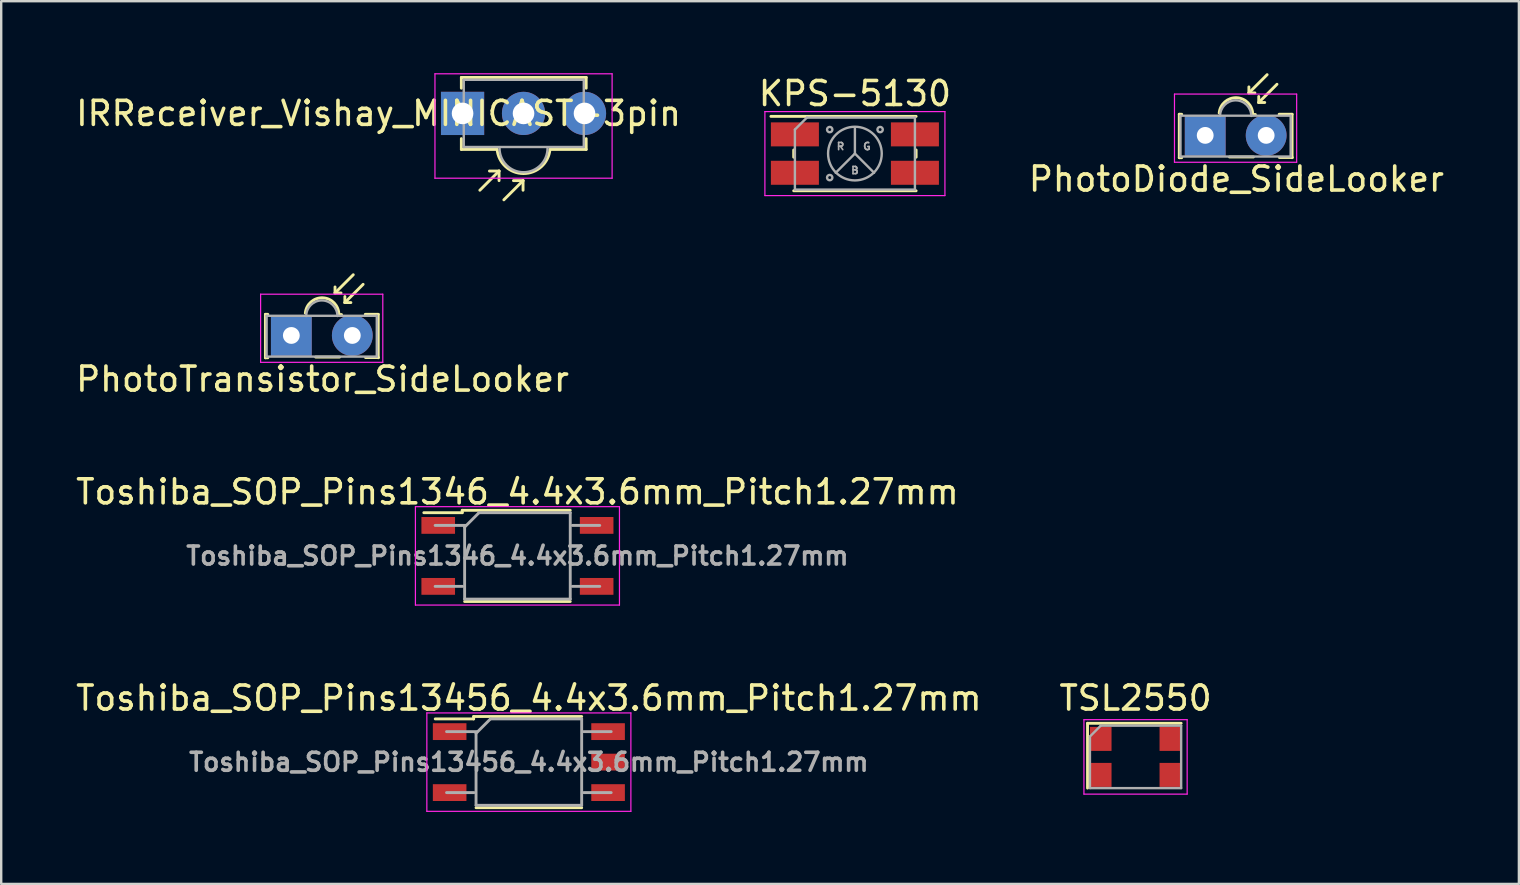
<source format=kicad_pcb>
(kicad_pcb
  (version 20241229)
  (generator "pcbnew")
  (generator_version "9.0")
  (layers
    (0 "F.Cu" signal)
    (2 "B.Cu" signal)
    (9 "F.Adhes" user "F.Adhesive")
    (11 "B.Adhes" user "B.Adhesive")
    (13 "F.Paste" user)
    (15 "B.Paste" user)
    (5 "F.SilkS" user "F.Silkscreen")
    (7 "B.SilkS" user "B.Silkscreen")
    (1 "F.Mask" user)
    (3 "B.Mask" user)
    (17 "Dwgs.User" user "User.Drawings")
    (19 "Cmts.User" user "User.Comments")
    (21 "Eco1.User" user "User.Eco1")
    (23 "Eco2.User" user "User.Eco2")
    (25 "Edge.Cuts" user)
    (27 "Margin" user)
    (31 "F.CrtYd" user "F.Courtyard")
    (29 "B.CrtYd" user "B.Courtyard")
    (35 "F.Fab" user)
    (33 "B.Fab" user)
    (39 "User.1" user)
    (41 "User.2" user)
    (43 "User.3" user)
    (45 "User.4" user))
  (footprint "KPS-5130"
    (layer "F.Cu")
    (at 32.565 3.348)
    (property "Reference" "KPS-5130" (at 0 -2.5 0) (layer "F.SilkS") (effects (font (size 1 1) (thickness 0.15))))
    (attr smd)
    (fp_line (start -3.5 -1.55) (end 2.55 -1.55) (stroke (width 0.12) (type solid)) (layer "F.SilkS"))
    (fp_line (start -2.55 0.15) (end -2.55 -0.15) (stroke (width 0.12) (type solid)) (layer "F.SilkS"))
    (fp_line (start 2.55 -0.15) (end 2.55 0.15) (stroke (width 0.12) (type solid)) (layer "F.SilkS"))
    (fp_line (start 2.55 1.55) (end -2.55 1.55) (stroke (width 0.12) (type solid)) (layer "F.SilkS"))
    (fp_line (start -3.75 -1.75) (end -3.75 1.75) (stroke (width 0.05) (type solid)) (layer "F.CrtYd"))
    (fp_line (start -3.75 -1.75) (end 3.75 -1.75) (stroke (width 0.05) (type solid)) (layer "F.CrtYd"))
    (fp_line (start 3.75 1.75) (end -3.75 1.75) (stroke (width 0.05) (type solid)) (layer "F.CrtYd"))
    (fp_line (start 3.75 1.75) (end 3.75 -1.75) (stroke (width 0.05) (type solid)) (layer "F.CrtYd"))
    (fp_line (start -2.5 -1) (end -2.5 1.5) (stroke (width 0.1) (type solid)) (layer "F.Fab"))
    (fp_line (start -2.5 1.5) (end 2.5 1.5) (stroke (width 0.1) (type solid)) (layer "F.Fab"))
    (fp_line (start -2 -1.5) (end -2.5 -1) (stroke (width 0.1) (type solid)) (layer "F.Fab"))
    (fp_line (start 0 0) (end -0.8 0.8) (stroke (width 0.1) (type solid)) (layer "F.Fab"))
    (fp_line (start 0 0) (end 0 -1.1) (stroke (width 0.1) (type solid)) (layer "F.Fab"))
    (fp_line (start 0 0) (end 0.8 0.8) (stroke (width 0.1) (type solid)) (layer "F.Fab"))
    (fp_line (start 2.5 -1.5) (end -2 -1.5) (stroke (width 0.1) (type solid)) (layer "F.Fab"))
    (fp_line (start 2.5 1.5) (end 2.5 -1.5) (stroke (width 0.1) (type solid)) (layer "F.Fab"))
    (fp_circle (center -1.05 -1) (end -1 -0.9) (stroke (width 0.1) (type solid)) (fill no) (layer "F.Fab"))
    (fp_circle (center -1.05 1) (end -1 1.1) (stroke (width 0.1) (type solid)) (fill no) (layer "F.Fab"))
    (fp_circle (center 0 0) (end 1 0.5) (stroke (width 0.1) (type solid)) (fill no) (layer "F.Fab"))
    (fp_circle (center 1.05 -1) (end 1.1 -0.9) (stroke (width 0.1) (type solid)) (fill no) (layer "F.Fab"))
    (fp_text user "R" (at -0.6 -0.3 0) (layer "F.Fab") (effects (font (size 0.3 0.3) (thickness 0.07))))
    (fp_text user "B" (at 0 0.7 0) (layer "F.Fab") (effects (font (size 0.3 0.3) (thickness 0.07))))
    (fp_text user "G" (at 0.5 -0.3 0) (layer "F.Fab") (effects (font (size 0.3 0.3) (thickness 0.07))))
    (pad "1" smd rect (at -2.5 -0.8) (size 2 1) (layers "F.Cu" "F.Mask" "F.Paste"))
    (pad "2" smd rect (at 2.5 -0.8) (size 2 1) (layers "F.Cu" "F.Mask" "F.Paste"))
    (pad "3" smd rect (at -2.5 0.8) (size 2 1) (layers "F.Cu" "F.Mask" "F.Paste"))
    (pad "4" smd rect (at 2.5 0.8) (size 2 1) (layers "F.Cu" "F.Mask" "F.Paste")))
  (footprint "PhotoDiode_SideLooker"
    (layer "F.Cu")
    (at 47.158 2.59)
    (property "Reference" "PhotoDiode_SideLooker" (at 1.3 1.82 0) (layer "F.SilkS") (effects (font (size 1 1) (thickness 0.15))))
    (attr through_hole)
    (fp_line (start -1.08 -0.88) (end -1.08 0.93) (stroke (width 0.12) (type solid)) (layer "F.SilkS"))
    (fp_line (start -0.98 -0.88) (end -1.08 -0.88) (stroke (width 0.12) (type solid)) (layer "F.SilkS"))
    (fp_line (start -0.98 0.93) (end -1.08 0.93) (stroke (width 0.12) (type solid)) (layer "F.SilkS"))
    (fp_line (start 1.01 0.9) (end 2.01 0.9) (stroke (width 0.12) (type solid)) (layer "F.SilkS"))
    (fp_line (start 1.82 -1.77) (end 1.82 -2.02) (stroke (width 0.12) (type solid)) (layer "F.SilkS"))
    (fp_line (start 1.82 -1.77) (end 2.07 -1.77) (stroke (width 0.12) (type solid)) (layer "F.SilkS"))
    (fp_line (start 2.09 -0.87) (end 1.98 -0.87) (stroke (width 0.12) (type solid)) (layer "F.SilkS"))
    (fp_line (start 2.23 -1.37) (end 2.23 -1.62) (stroke (width 0.12) (type solid)) (layer "F.SilkS"))
    (fp_line (start 2.23 -1.37) (end 2.48 -1.37) (stroke (width 0.12) (type solid)) (layer "F.SilkS"))
    (fp_line (start 2.58 -2.53) (end 1.82 -1.77) (stroke (width 0.12) (type solid)) (layer "F.SilkS"))
    (fp_line (start 2.99 -2.13) (end 2.23 -1.37) (stroke (width 0.12) (type solid)) (layer "F.SilkS"))
    (fp_line (start 3.09 0.92) (end 3.63 0.92) (stroke (width 0.12) (type solid)) (layer "F.SilkS"))
    (fp_line (start 3.62 -0.88) (end 3.08 -0.88) (stroke (width 0.12) (type solid)) (layer "F.SilkS"))
    (fp_line (start 3.62 0.93) (end 3.62 -0.88) (stroke (width 0.12) (type solid)) (layer "F.SilkS"))
    (fp_arc (start 0.582664 -0.931009) (mid 1.310534 -1.569333) (end 1.98 -0.87) (stroke (width 0.12) (type solid)) (layer "F.SilkS"))
    (fp_line (start -1.28 -1.72) (end -1.28 1.12) (stroke (width 0.05) (type solid)) (layer "F.CrtYd"))
    (fp_line (start -1.28 -1.72) (end 3.81 -1.72) (stroke (width 0.05) (type solid)) (layer "F.CrtYd"))
    (fp_line (start 3.81 1.12) (end -1.28 1.12) (stroke (width 0.05) (type solid)) (layer "F.CrtYd"))
    (fp_line (start 3.81 1.12) (end 3.81 -1.72) (stroke (width 0.05) (type solid)) (layer "F.CrtYd"))
    (fp_line (start -1.03 -0.82) (end -1.03 0.88) (stroke (width 0.1) (type solid)) (layer "F.Fab"))
    (fp_line (start -1.03 0.88) (end 3.56 0.88) (stroke (width 0.1) (type solid)) (layer "F.Fab"))
    (fp_line (start 3.56 -0.82) (end -1.03 -0.82) (stroke (width 0.1) (type solid)) (layer "F.Fab"))
    (fp_line (start 3.56 0.88) (end 3.56 -0.82) (stroke (width 0.1) (type solid)) (layer "F.Fab"))
    (fp_arc (start 0.62 -0.81) (mid 1.27 -1.46) (end 1.92 -0.81) (stroke (width 0.1) (type solid)) (layer "F.Fab"))
    (pad "1" thru_hole rect (at 0 0 180) (size 1.7 1.7) (drill 0.7) (layers "*.Cu" "*.Mask"))
    (pad "2" thru_hole circle (at 2.54 0 180) (size 1.7 1.7) (drill 0.7) (layers "*.Cu" "*.Mask")))
  (footprint "Toshiba_SOP_Pins1346_4.4x3.6mm_Pitch1.27mm"
    (layer "F.Cu")
    (at 18.506 20.108)
    (property "Reference" "Toshiba_SOP_Pins1346_4.4x3.6mm_Pitch1.27mm" (at 0 -2.667 0) (layer "F.SilkS") (effects (font (size 1 1) (thickness 0.15))))
    (attr smd)
    (fp_line (start -2.3 -1.9) (end 2.2 -1.9) (stroke (width 0.12) (type solid)) (layer "F.SilkS"))
    (fp_line (start -2.3 -1.8) (end -3.9 -1.8) (stroke (width 0.12) (type solid)) (layer "F.SilkS"))
    (fp_line (start -2.3 -1.8) (end -2.3 -1.9) (stroke (width 0.12) (type solid)) (layer "F.SilkS"))
    (fp_line (start 2.2 1.9) (end -2.2 1.9) (stroke (width 0.12) (type solid)) (layer "F.SilkS"))
    (fp_line (start -4.25 -2.05) (end -4.25 2.05) (stroke (width 0.05) (type solid)) (layer "F.CrtYd"))
    (fp_line (start -4.25 -2.05) (end 4.25 -2.05) (stroke (width 0.05) (type solid)) (layer "F.CrtYd"))
    (fp_line (start 4.25 2.05) (end -4.25 2.05) (stroke (width 0.05) (type solid)) (layer "F.CrtYd"))
    (fp_line (start 4.25 2.05) (end 4.25 -2.05) (stroke (width 0.05) (type solid)) (layer "F.CrtYd"))
    (fp_line (start -3.429 -1.27) (end -2.159 -1.27) (stroke (width 0.12) (type solid)) (layer "F.Fab"))
    (fp_line (start -2.286 1.27) (end -3.429 1.27) (stroke (width 0.12) (type solid)) (layer "F.Fab"))
    (fp_line (start -2.2 -1.2) (end -2.2 1.8) (stroke (width 0.12) (type solid)) (layer "F.Fab"))
    (fp_line (start -2.2 1.8) (end 2.2 1.8) (stroke (width 0.12) (type solid)) (layer "F.Fab"))
    (fp_line (start -1.6 -1.8) (end -2.2 -1.2) (stroke (width 0.12) (type solid)) (layer "F.Fab"))
    (fp_line (start 2.2 -1.8) (end -1.6 -1.8) (stroke (width 0.12) (type solid)) (layer "F.Fab"))
    (fp_line (start 2.2 1.8) (end 2.2 -1.8) (stroke (width 0.12) (type solid)) (layer "F.Fab"))
    (fp_line (start 2.286 -1.27) (end 3.429 -1.27) (stroke (width 0.12) (type solid)) (layer "F.Fab"))
    (fp_line (start 2.286 1.27) (end 3.429 1.27) (stroke (width 0.12) (type solid)) (layer "F.Fab"))
    (fp_text user "${REFERENCE}" (at 0 0 0) (layer "F.Fab") (effects (font (size 0.75 0.75) (thickness 0.15))))
    (pad "1" smd rect (at -3.3 -1.27) (size 1.4 0.7) (layers "F.Cu" "F.Mask" "F.Paste"))
    (pad "3" smd rect (at -3.3 1.27) (size 1.4 0.7) (layers "F.Cu" "F.Mask" "F.Paste"))
    (pad "4" smd rect (at 3.3 1.27) (size 1.4 0.7) (layers "F.Cu" "F.Mask" "F.Paste"))
    (pad "6" smd rect (at 3.3 -1.27) (size 1.4 0.7) (layers "F.Cu" "F.Mask" "F.Paste")))
  (footprint "Toshiba_SOP_Pins13456_4.4x3.6mm_Pitch1.27mm"
    (layer "F.Cu")
    (at 18.982 28.699)
    (property "Reference" "Toshiba_SOP_Pins13456_4.4x3.6mm_Pitch1.27mm" (at 0 -2.667 0) (layer "F.SilkS") (effects (font (size 1 1) (thickness 0.15))))
    (attr smd)
    (fp_line (start -2.3 -1.9) (end 2.2 -1.9) (stroke (width 0.12) (type solid)) (layer "F.SilkS"))
    (fp_line (start -2.3 -1.8) (end -3.9 -1.8) (stroke (width 0.12) (type solid)) (layer "F.SilkS"))
    (fp_line (start -2.3 -1.8) (end -2.3 -1.9) (stroke (width 0.12) (type solid)) (layer "F.SilkS"))
    (fp_line (start 2.2 1.9) (end -2.2 1.9) (stroke (width 0.12) (type solid)) (layer "F.SilkS"))
    (fp_line (start -4.25 -2.05) (end -4.25 2.05) (stroke (width 0.05) (type solid)) (layer "F.CrtYd"))
    (fp_line (start -4.25 -2.05) (end 4.25 -2.05) (stroke (width 0.05) (type solid)) (layer "F.CrtYd"))
    (fp_line (start 4.25 2.05) (end -4.25 2.05) (stroke (width 0.05) (type solid)) (layer "F.CrtYd"))
    (fp_line (start 4.25 2.05) (end 4.25 -2.05) (stroke (width 0.05) (type solid)) (layer "F.CrtYd"))
    (fp_line (start -3.429 -1.27) (end -2.159 -1.27) (stroke (width 0.12) (type solid)) (layer "F.Fab"))
    (fp_line (start -2.286 1.27) (end -3.429 1.27) (stroke (width 0.12) (type solid)) (layer "F.Fab"))
    (fp_line (start -2.2 -1.2) (end -2.2 1.8) (stroke (width 0.12) (type solid)) (layer "F.Fab"))
    (fp_line (start -2.2 1.8) (end 2.2 1.8) (stroke (width 0.12) (type solid)) (layer "F.Fab"))
    (fp_line (start -1.6 -1.8) (end -2.2 -1.2) (stroke (width 0.12) (type solid)) (layer "F.Fab"))
    (fp_line (start 2.2 -1.8) (end -1.6 -1.8) (stroke (width 0.12) (type solid)) (layer "F.Fab"))
    (fp_line (start 2.2 1.8) (end 2.2 -1.8) (stroke (width 0.12) (type solid)) (layer "F.Fab"))
    (fp_line (start 2.286 -1.27) (end 3.429 -1.27) (stroke (width 0.12) (type solid)) (layer "F.Fab"))
    (fp_line (start 2.286 1.27) (end 3.429 1.27) (stroke (width 0.12) (type solid)) (layer "F.Fab"))
    (fp_text user "${REFERENCE}" (at 0 0 0) (layer "F.Fab") (effects (font (size 0.75 0.75) (thickness 0.15))))
    (pad "1" smd rect (at -3.3 -1.27) (size 1.4 0.7) (layers "F.Cu" "F.Mask" "F.Paste"))
    (pad "3" smd rect (at -3.3 1.27) (size 1.4 0.7) (layers "F.Cu" "F.Mask" "F.Paste"))
    (pad "4" smd rect (at 3.3 1.27) (size 1.4 0.7) (layers "F.Cu" "F.Mask" "F.Paste"))
    (pad "5" smd rect (at 3.3 0) (size 1.4 0.7) (layers "F.Cu" "F.Mask" "F.Paste"))
    (pad "6" smd rect (at 3.3 -1.27) (size 1.4 0.7) (layers "F.Cu" "F.Mask" "F.Paste")))
  (footprint "TSL2550"
    (layer "F.Cu")
    (at 44.256 28.482)
    (property "Reference" "TSL2550" (at 0 -2.45 0) (layer "F.SilkS") (effects (font (size 1 1) (thickness 0.15))))
    (attr smd)
    (fp_line (start -2 -1.4) (end -2 1.3) (stroke (width 0.12) (type solid)) (layer "F.SilkS"))
    (fp_line (start -2 -1.4) (end 1.9 -1.4) (stroke (width 0.12) (type solid)) (layer "F.SilkS"))
    (fp_line (start -2.15 -1.55) (end -2.15 1.55) (stroke (width 0.05) (type solid)) (layer "F.CrtYd"))
    (fp_line (start -2.15 -1.55) (end 2.15 -1.55) (stroke (width 0.05) (type solid)) (layer "F.CrtYd"))
    (fp_line (start 2.15 1.55) (end -2.15 1.55) (stroke (width 0.05) (type solid)) (layer "F.CrtYd"))
    (fp_line (start 2.15 1.55) (end 2.15 -1.55) (stroke (width 0.05) (type solid)) (layer "F.CrtYd"))
    (fp_line (start -1.9 -0.85) (end -1.9 1.3) (stroke (width 0.1) (type solid)) (layer "F.Fab"))
    (fp_line (start -1.9 1.3) (end 1.9 1.3) (stroke (width 0.1) (type solid)) (layer "F.Fab"))
    (fp_line (start -1.45 -1.3) (end -1.9 -0.85) (stroke (width 0.1) (type solid)) (layer "F.Fab"))
    (fp_line (start 1.9 -1.3) (end -1.45 -1.3) (stroke (width 0.1) (type solid)) (layer "F.Fab"))
    (fp_line (start 1.9 1.3) (end 1.9 -1.3) (stroke (width 0.1) (type solid)) (layer "F.Fab"))
    (pad "1" smd rect (at -1.45 -0.75) (size 0.9 1) (layers "F.Cu" "F.Mask" "F.Paste"))
    (pad "2" smd rect (at -1.45 0.75) (size 0.9 1) (layers "F.Cu" "F.Mask" "F.Paste"))
    (pad "3" smd rect (at 1.45 0.75) (size 0.9 1) (layers "F.Cu" "F.Mask" "F.Paste"))
    (pad "4" smd rect (at 1.45 -0.75) (size 0.9 1) (layers "F.Cu" "F.Mask" "F.Paste")))
  (footprint "IRReceiver_Vishay_MINICAST-3pin"
    (layer "F.Cu")
    (at 16.22 1.675)
    (property "Reference" "IRReceiver_Vishay_MINICAST-3pin" (at -3.5 0 180) (layer "F.SilkS") (effects (font (size 1 1) (thickness 0.15))))
    (attr through_hole)
    (fp_line (start -0.05 -1.5) (end -0.05 -1.05) (stroke (width 0.12) (type solid)) (layer "F.SilkS"))
    (fp_line (start -0.05 1.5) (end -0.05 1.05) (stroke (width 0.12) (type solid)) (layer "F.SilkS"))
    (fp_line (start 1.4 1.5) (end -0.05 1.5) (stroke (width 0.12) (type solid)) (layer "F.SilkS"))
    (fp_line (start 1.52 2.4) (end 0.72 3.2) (stroke (width 0.12) (type solid)) (layer "F.SilkS"))
    (fp_line (start 1.52 2.4) (end 1.12 2.4) (stroke (width 0.12) (type solid)) (layer "F.SilkS"))
    (fp_line (start 1.52 2.4) (end 1.52 2.8) (stroke (width 0.12) (type solid)) (layer "F.SilkS"))
    (fp_line (start 2.52 2.8) (end 1.72 3.6) (stroke (width 0.12) (type solid)) (layer "F.SilkS"))
    (fp_line (start 2.52 2.8) (end 2.12 2.8) (stroke (width 0.12) (type solid)) (layer "F.SilkS"))
    (fp_line (start 2.52 2.8) (end 2.52 3.2) (stroke (width 0.12) (type solid)) (layer "F.SilkS"))
    (fp_line (start 5.15 -1.5) (end -0.05 -1.5) (stroke (width 0.12) (type solid)) (layer "F.SilkS"))
    (fp_line (start 5.15 -1.05) (end 5.15 -1.5) (stroke (width 0.12) (type solid)) (layer "F.SilkS"))
    (fp_line (start 5.15 1.05) (end 5.15 1.5) (stroke (width 0.12) (type solid)) (layer "F.SilkS"))
    (fp_line (start 5.15 1.5) (end 3.65 1.5) (stroke (width 0.12) (type solid)) (layer "F.SilkS"))
    (fp_arc (start 3.64 1.5) (mid 2.536252 2.50453) (end 1.439347 1.492532) (stroke (width 0.12) (type solid)) (layer "F.SilkS"))
    (fp_line (start -1.15 -1.65) (end -1.15 2.7) (stroke (width 0.05) (type solid)) (layer "F.CrtYd"))
    (fp_line (start -1.15 -1.65) (end 6.23 -1.65) (stroke (width 0.05) (type solid)) (layer "F.CrtYd"))
    (fp_line (start 6.23 2.7) (end -1.15 2.7) (stroke (width 0.05) (type solid)) (layer "F.CrtYd"))
    (fp_line (start 6.23 2.7) (end 6.23 -1.65) (stroke (width 0.05) (type solid)) (layer "F.CrtYd"))
    (fp_line (start 0.05 -1.4) (end 5.05 -1.4) (stroke (width 0.1) (type solid)) (layer "F.Fab"))
    (fp_line (start 0.05 1.4) (end 0.05 -1.4) (stroke (width 0.1) (type solid)) (layer "F.Fab"))
    (fp_line (start 5.05 -1.4) (end 5.05 1.4) (stroke (width 0.1) (type solid)) (layer "F.Fab"))
    (fp_line (start 5.05 1.4) (end 0.05 1.4) (stroke (width 0.1) (type solid)) (layer "F.Fab"))
    (fp_arc (start 3.54 1.45) (mid 2.54 2.45) (end 1.54 1.45) (stroke (width 0.1) (type solid)) (layer "F.Fab"))
    (pad "1" thru_hole rect (at 0 0) (size 1.8 1.8) (drill 0.9) (layers "*.Cu" "*.Mask"))
    (pad "2" thru_hole circle (at 2.54 0) (size 1.8 1.8) (drill 0.9) (layers "*.Cu" "*.Mask"))
    (pad "3" thru_hole circle (at 5.08 0) (size 1.8 1.8) (drill 0.9) (layers "*.Cu" "*.Mask")))
  (footprint "PhotoTransistor_SideLooker"
    (layer "F.Cu")
    (at 9.087 10.925)
    (property "Reference" "PhotoTransistor_SideLooker" (at 1.3 1.82 0) (layer "F.SilkS") (effects (font (size 1 1) (thickness 0.15))))
    (attr through_hole)
    (fp_line (start -1.08 -0.88) (end -1.08 0.93) (stroke (width 0.12) (type solid)) (layer "F.SilkS"))
    (fp_line (start -0.98 -0.88) (end -1.08 -0.88) (stroke (width 0.12) (type solid)) (layer "F.SilkS"))
    (fp_line (start -0.98 0.93) (end -1.08 0.93) (stroke (width 0.12) (type solid)) (layer "F.SilkS"))
    (fp_line (start 1.01 0.9) (end 2.01 0.9) (stroke (width 0.12) (type solid)) (layer "F.SilkS"))
    (fp_line (start 1.82 -1.77) (end 1.82 -2.02) (stroke (width 0.12) (type solid)) (layer "F.SilkS"))
    (fp_line (start 1.82 -1.77) (end 2.07 -1.77) (stroke (width 0.12) (type solid)) (layer "F.SilkS"))
    (fp_line (start 2.09 -0.87) (end 1.98 -0.87) (stroke (width 0.12) (type solid)) (layer "F.SilkS"))
    (fp_line (start 2.23 -1.37) (end 2.23 -1.62) (stroke (width 0.12) (type solid)) (layer "F.SilkS"))
    (fp_line (start 2.23 -1.37) (end 2.48 -1.37) (stroke (width 0.12) (type solid)) (layer "F.SilkS"))
    (fp_line (start 2.58 -2.53) (end 1.82 -1.77) (stroke (width 0.12) (type solid)) (layer "F.SilkS"))
    (fp_line (start 2.99 -2.13) (end 2.23 -1.37) (stroke (width 0.12) (type solid)) (layer "F.SilkS"))
    (fp_line (start 3.09 0.92) (end 3.63 0.92) (stroke (width 0.12) (type solid)) (layer "F.SilkS"))
    (fp_line (start 3.62 -0.88) (end 3.08 -0.88) (stroke (width 0.12) (type solid)) (layer "F.SilkS"))
    (fp_line (start 3.62 0.93) (end 3.62 -0.88) (stroke (width 0.12) (type solid)) (layer "F.SilkS"))
    (fp_arc (start 0.582664 -0.931009) (mid 1.310534 -1.569333) (end 1.98 -0.87) (stroke (width 0.12) (type solid)) (layer "F.SilkS"))
    (fp_line (start -1.28 -1.72) (end -1.28 1.12) (stroke (width 0.05) (type solid)) (layer "F.CrtYd"))
    (fp_line (start -1.28 -1.72) (end 3.81 -1.72) (stroke (width 0.05) (type solid)) (layer "F.CrtYd"))
    (fp_line (start 3.81 1.12) (end -1.28 1.12) (stroke (width 0.05) (type solid)) (layer "F.CrtYd"))
    (fp_line (start 3.81 1.12) (end 3.81 -1.72) (stroke (width 0.05) (type solid)) (layer "F.CrtYd"))
    (fp_line (start -1.03 -0.82) (end -1.03 0.88) (stroke (width 0.1) (type solid)) (layer "F.Fab"))
    (fp_line (start -1.03 0.88) (end 3.56 0.88) (stroke (width 0.1) (type solid)) (layer "F.Fab"))
    (fp_line (start 3.56 -0.82) (end -1.03 -0.82) (stroke (width 0.1) (type solid)) (layer "F.Fab"))
    (fp_line (start 3.56 0.88) (end 3.56 -0.82) (stroke (width 0.1) (type solid)) (layer "F.Fab"))
    (fp_arc (start 0.62 -0.81) (mid 1.27 -1.46) (end 1.92 -0.81) (stroke (width 0.1) (type solid)) (layer "F.Fab"))
    (pad "1" thru_hole rect (at 0 0 180) (size 1.7 1.7) (drill 0.7) (layers "*.Cu" "*.Mask"))
    (pad "2" thru_hole circle (at 2.54 0 180) (size 1.7 1.7) (drill 0.7) (layers "*.Cu" "*.Mask")))
  (gr_rect
    (start -3 -3)
    (end 60.226 33.774)
    (stroke (width 0.1) (type default))
    (fill no)
    (layer "Edge.Cuts")))
</source>
